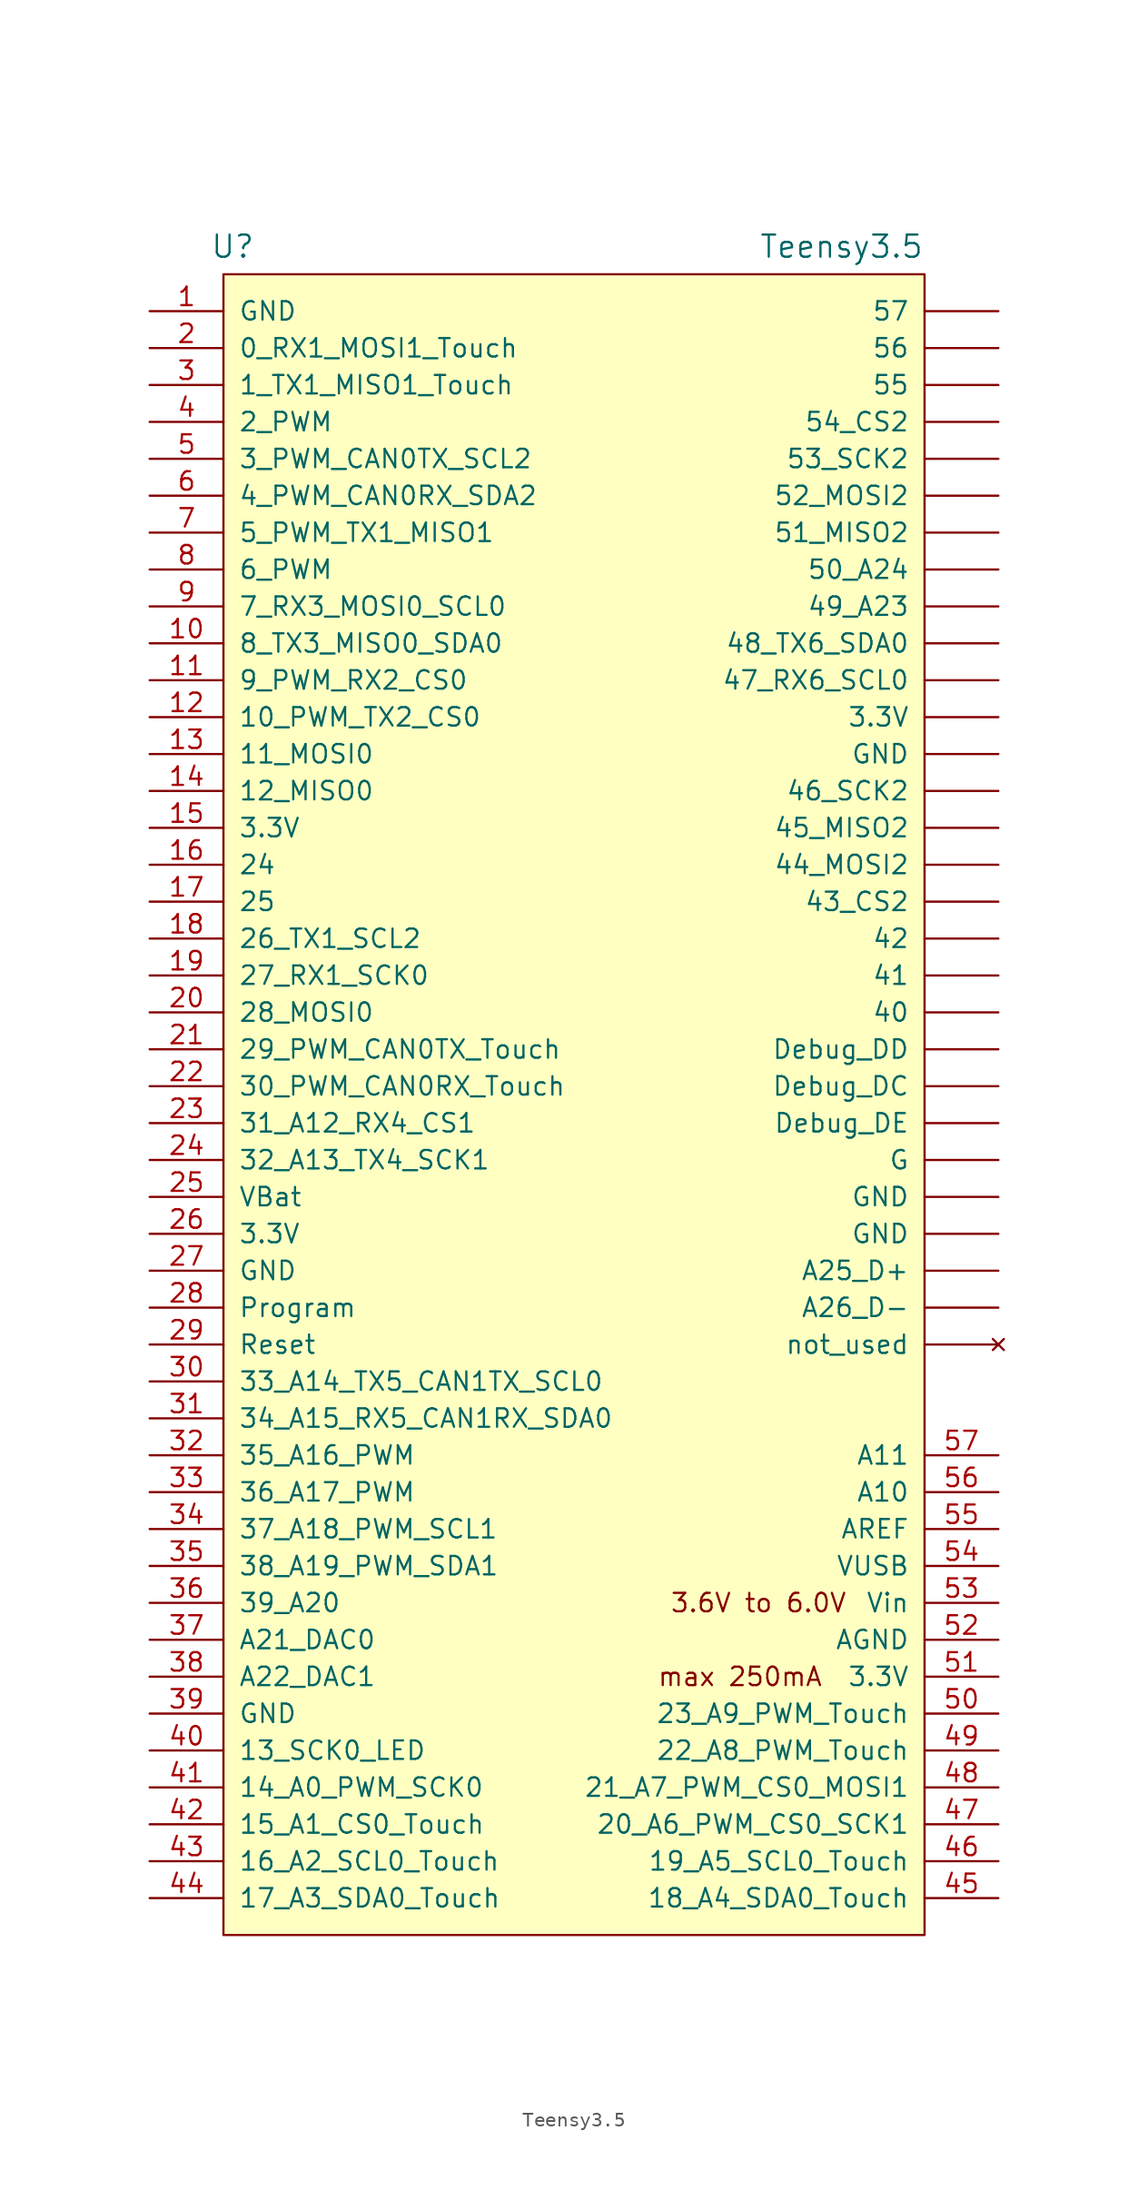
<source format=kicad_sym>
(kicad_symbol_lib
  (version 20231120)
  (generator "kicad_symbol_editor")
  (generator_version "8.0")
  (symbol "Teensy3.5"
    (pin_names
      (offset 1.016))
    (property "Reference" "U"
      (at -23.495 59.055 0)
      (effects (font (size 1.524 1.524))))
    (property "Value" "Teensy3.5"
      (at 18.415 59.055 0)
      (effects (font (size 1.524 1.524))))
    (symbol "Teensy3.5_0_0"
      (text "3.6V to 6.0V" (at 12.7 -34.29 0) (effects (font (size 1.27 1.27))))
      (text "max 250mA" (at 11.43 -39.37 0) (effects (font (size 1.27 1.27)))))
    (symbol "Teensy3.5_0_1"
      (rectangle (start -24.13 57.15) (end 24.13 -57.15) (stroke (width 0) (type default)) (fill (type background))))
    (symbol "Teensy3.5_1_1"
      (pin power_in line (at -29.21 54.61 0) (length 5.08) (name "GND" (effects (font (size 1.27 1.27)))) (number "1" (effects (font (size 1.27 1.27)))))
      (pin bidirectional line (at -29.21 31.75 0) (length 5.08) (name "8_TX3_MISO0_SDA0" (effects (font (size 1.27 1.27)))) (number "10" (effects (font (size 1.27 1.27)))))
      (pin bidirectional line (at -29.21 29.21 0) (length 5.08) (name "9_PWM_RX2_CS0" (effects (font (size 1.27 1.27)))) (number "11" (effects (font (size 1.27 1.27)))))
      (pin bidirectional line (at -29.21 26.67 0) (length 5.08) (name "10_PWM_TX2_CS0" (effects (font (size 1.27 1.27)))) (number "12" (effects (font (size 1.27 1.27)))))
      (pin bidirectional line (at -29.21 24.13 0) (length 5.08) (name "11_MOSI0" (effects (font (size 1.27 1.27)))) (number "13" (effects (font (size 1.27 1.27)))))
      (pin bidirectional line (at -29.21 21.59 0) (length 5.08) (name "12_MISO0" (effects (font (size 1.27 1.27)))) (number "14" (effects (font (size 1.27 1.27)))))
      (pin power_out line (at -29.21 19.05 0) (length 5.08) (name "3.3V" (effects (font (size 1.27 1.27)))) (number "15" (effects (font (size 1.27 1.27)))))
      (pin bidirectional line (at -29.21 16.51 0) (length 5.08) (name "24" (effects (font (size 1.27 1.27)))) (number "16" (effects (font (size 1.27 1.27)))))
      (pin bidirectional line (at -29.21 13.97 0) (length 5.08) (name "25" (effects (font (size 1.27 1.27)))) (number "17" (effects (font (size 1.27 1.27)))))
      (pin bidirectional line (at -29.21 11.43 0) (length 5.08) (name "26_TX1_SCL2" (effects (font (size 1.27 1.27)))) (number "18" (effects (font (size 1.27 1.27)))))
      (pin bidirectional line (at -29.21 8.89 0) (length 5.08) (name "27_RX1_SCK0" (effects (font (size 1.27 1.27)))) (number "19" (effects (font (size 1.27 1.27)))))
      (pin bidirectional line (at -29.21 52.07 0) (length 5.08) (name "0_RX1_MOSI1_Touch" (effects (font (size 1.27 1.27)))) (number "2" (effects (font (size 1.27 1.27)))))
      (pin bidirectional line (at -29.21 6.35 0) (length 5.08) (name "28_MOSI0" (effects (font (size 1.27 1.27)))) (number "20" (effects (font (size 1.27 1.27)))))
      (pin bidirectional line (at -29.21 3.81 0) (length 5.08) (name "29_PWM_CAN0TX_Touch" (effects (font (size 1.27 1.27)))) (number "21" (effects (font (size 1.27 1.27)))))
      (pin bidirectional line (at -29.21 1.27 0) (length 5.08) (name "30_PWM_CAN0RX_Touch" (effects (font (size 1.27 1.27)))) (number "22" (effects (font (size 1.27 1.27)))))
      (pin bidirectional line (at -29.21 -1.27 0) (length 5.08) (name "31_A12_RX4_CS1" (effects (font (size 1.27 1.27)))) (number "23" (effects (font (size 1.27 1.27)))))
      (pin bidirectional line (at -29.21 -3.81 0) (length 5.08) (name "32_A13_TX4_SCK1" (effects (font (size 1.27 1.27)))) (number "24" (effects (font (size 1.27 1.27)))))
      (pin power_in line (at -29.21 -6.35 0) (length 5.08) (name "VBat" (effects (font (size 1.27 1.27)))) (number "25" (effects (font (size 1.27 1.27)))))
      (pin power_in line (at -29.21 -8.89 0) (length 5.08) (name "3.3V" (effects (font (size 1.27 1.27)))) (number "26" (effects (font (size 1.27 1.27)))))
      (pin power_in line (at -29.21 -11.43 0) (length 5.08) (name "GND" (effects (font (size 1.27 1.27)))) (number "27" (effects (font (size 1.27 1.27)))))
      (pin input line (at -29.21 -13.97 0) (length 5.08) (name "Program" (effects (font (size 1.27 1.27)))) (number "28" (effects (font (size 1.27 1.27)))))
      (pin input line (at -29.21 -16.51 0) (length 5.08) (name "Reset" (effects (font (size 1.27 1.27)))) (number "29" (effects (font (size 1.27 1.27)))))
      (pin bidirectional line (at -29.21 49.53 0) (length 5.08) (name "1_TX1_MISO1_Touch" (effects (font (size 1.27 1.27)))) (number "3" (effects (font (size 1.27 1.27)))))
      (pin bidirectional line (at -29.21 -19.05 0) (length 5.08) (name "33_A14_TX5_CAN1TX_SCL0" (effects (font (size 1.27 1.27)))) (number "30" (effects (font (size 1.27 1.27)))))
      (pin bidirectional line (at -29.21 -21.59 0) (length 5.08) (name "34_A15_RX5_CAN1RX_SDA0" (effects (font (size 1.27 1.27)))) (number "31" (effects (font (size 1.27 1.27)))))
      (pin bidirectional line (at -29.21 -24.13 0) (length 5.08) (name "35_A16_PWM" (effects (font (size 1.27 1.27)))) (number "32" (effects (font (size 1.27 1.27)))))
      (pin bidirectional line (at -29.21 -26.67 0) (length 5.08) (name "36_A17_PWM" (effects (font (size 1.27 1.27)))) (number "33" (effects (font (size 1.27 1.27)))))
      (pin bidirectional line (at -29.21 -29.21 0) (length 5.08) (name "37_A18_PWM_SCL1" (effects (font (size 1.27 1.27)))) (number "34" (effects (font (size 1.27 1.27)))))
      (pin bidirectional line (at -29.21 -31.75 0) (length 5.08) (name "38_A19_PWM_SDA1" (effects (font (size 1.27 1.27)))) (number "35" (effects (font (size 1.27 1.27)))))
      (pin bidirectional line (at -29.21 -34.29 0) (length 5.08) (name "39_A20" (effects (font (size 1.27 1.27)))) (number "36" (effects (font (size 1.27 1.27)))))
      (pin bidirectional line (at -29.21 -36.83 0) (length 5.08) (name "A21_DAC0" (effects (font (size 1.27 1.27)))) (number "37" (effects (font (size 1.27 1.27)))))
      (pin bidirectional line (at -29.21 -39.37 0) (length 5.08) (name "A22_DAC1" (effects (font (size 1.27 1.27)))) (number "38" (effects (font (size 1.27 1.27)))))
      (pin power_in line (at -29.21 -41.91 0) (length 5.08) (name "GND" (effects (font (size 1.27 1.27)))) (number "39" (effects (font (size 1.27 1.27)))))
      (pin bidirectional line (at -29.21 46.99 0) (length 5.08) (name "2_PWM" (effects (font (size 1.27 1.27)))) (number "4" (effects (font (size 1.27 1.27)))))
      (pin bidirectional line (at -29.21 -44.45 0) (length 5.08) (name "13_SCK0_LED" (effects (font (size 1.27 1.27)))) (number "40" (effects (font (size 1.27 1.27)))))
      (pin bidirectional line (at -29.21 -46.99 0) (length 5.08) (name "14_A0_PWM_SCK0" (effects (font (size 1.27 1.27)))) (number "41" (effects (font (size 1.27 1.27)))))
      (pin bidirectional line (at -29.21 -49.53 0) (length 5.08) (name "15_A1_CS0_Touch" (effects (font (size 1.27 1.27)))) (number "42" (effects (font (size 1.27 1.27)))))
      (pin bidirectional line (at -29.21 -52.07 0) (length 5.08) (name "16_A2_SCL0_Touch" (effects (font (size 1.27 1.27)))) (number "43" (effects (font (size 1.27 1.27)))))
      (pin bidirectional line (at -29.21 -54.61 0) (length 5.08) (name "17_A3_SDA0_Touch" (effects (font (size 1.27 1.27)))) (number "44" (effects (font (size 1.27 1.27)))))
      (pin bidirectional line (at 29.21 -54.61 180) (length 5.08) (name "18_A4_SDA0_Touch" (effects (font (size 1.27 1.27)))) (number "45" (effects (font (size 1.27 1.27)))))
      (pin bidirectional line (at 29.21 -52.07 180) (length 5.08) (name "19_A5_SCL0_Touch" (effects (font (size 1.27 1.27)))) (number "46" (effects (font (size 1.27 1.27)))))
      (pin bidirectional line (at 29.21 -49.53 180) (length 5.08) (name "20_A6_PWM_CS0_SCK1" (effects (font (size 1.27 1.27)))) (number "47" (effects (font (size 1.27 1.27)))))
      (pin bidirectional line (at 29.21 -46.99 180) (length 5.08) (name "21_A7_PWM_CS0_MOSI1" (effects (font (size 1.27 1.27)))) (number "48" (effects (font (size 1.27 1.27)))))
      (pin bidirectional line (at 29.21 -44.45 180) (length 5.08) (name "22_A8_PWM_Touch" (effects (font (size 1.27 1.27)))) (number "49" (effects (font (size 1.27 1.27)))))
      (pin bidirectional line (at -29.21 44.45 0) (length 5.08) (name "3_PWM_CAN0TX_SCL2" (effects (font (size 1.27 1.27)))) (number "5" (effects (font (size 1.27 1.27)))))
      (pin bidirectional line (at 29.21 -41.91 180) (length 5.08) (name "23_A9_PWM_Touch" (effects (font (size 1.27 1.27)))) (number "50" (effects (font (size 1.27 1.27)))))
      (pin power_out line (at 29.21 -39.37 180) (length 5.08) (name "3.3V" (effects (font (size 1.27 1.27)))) (number "51" (effects (font (size 1.27 1.27)))))
      (pin power_out line (at 29.21 -36.83 180) (length 5.08) (name "AGND" (effects (font (size 1.27 1.27)))) (number "52" (effects (font (size 1.27 1.27)))))
      (pin power_in line (at 29.21 -34.29 180) (length 5.08) (name "Vin" (effects (font (size 1.27 1.27)))) (number "53" (effects (font (size 1.27 1.27)))))
      (pin power_in line (at 29.21 -31.75 180) (length 5.08) (name "VUSB" (effects (font (size 1.27 1.27)))) (number "54" (effects (font (size 1.27 1.27)))))
      (pin input line (at 29.21 -29.21 180) (length 5.08) (name "AREF" (effects (font (size 1.27 1.27)))) (number "55" (effects (font (size 1.27 1.27)))))
      (pin bidirectional line (at 29.21 -26.67 180) (length 5.08) (name "A10" (effects (font (size 1.27 1.27)))) (number "56" (effects (font (size 1.27 1.27)))))
      (pin bidirectional line (at 29.21 -24.13 180) (length 5.08) (name "A11" (effects (font (size 1.27 1.27)))) (number "57" (effects (font (size 1.27 1.27)))))
      (pin bidirectional line (at -29.21 41.91 0) (length 5.08) (name "4_PWM_CAN0RX_SDA2" (effects (font (size 1.27 1.27)))) (number "6" (effects (font (size 1.27 1.27)))))
      (pin bidirectional line (at -29.21 39.37 0) (length 5.08) (name "5_PWM_TX1_MISO1" (effects (font (size 1.27 1.27)))) (number "7" (effects (font (size 1.27 1.27)))))
      (pin bidirectional line (at -29.21 36.83 0) (length 5.08) (name "6_PWM" (effects (font (size 1.27 1.27)))) (number "8" (effects (font (size 1.27 1.27)))))
      (pin bidirectional line (at -29.21 34.29 0) (length 5.08) (name "7_RX3_MOSI0_SCL0" (effects (font (size 1.27 1.27)))) (number "9" (effects (font (size 1.27 1.27)))))
      (pin power_in line (at 29.21 26.67 180) (length 5.08) (name "3.3V" (effects (font (size 1.27 1.27)))) (number "~" (effects (font (size 1.27 1.27)))))
      (pin bidirectional line (at 29.21 6.35 180) (length 5.08) (name "40" (effects (font (size 1.27 1.27)))) (number "~" (effects (font (size 1.27 1.27)))))
      (pin bidirectional line (at 29.21 8.89 180) (length 5.08) (name "41" (effects (font (size 1.27 1.27)))) (number "~" (effects (font (size 1.27 1.27)))))
      (pin bidirectional line (at 29.21 11.43 180) (length 5.08) (name "42" (effects (font (size 1.27 1.27)))) (number "~" (effects (font (size 1.27 1.27)))))
      (pin bidirectional line (at 29.21 13.97 180) (length 5.08) (name "43_CS2" (effects (font (size 1.27 1.27)))) (number "~" (effects (font (size 1.27 1.27)))))
      (pin bidirectional line (at 29.21 16.51 180) (length 5.08) (name "44_MOSI2" (effects (font (size 1.27 1.27)))) (number "~" (effects (font (size 1.27 1.27)))))
      (pin bidirectional line (at 29.21 19.05 180) (length 5.08) (name "45_MISO2" (effects (font (size 1.27 1.27)))) (number "~" (effects (font (size 1.27 1.27)))))
      (pin bidirectional line (at 29.21 21.59 180) (length 5.08) (name "46_SCK2" (effects (font (size 1.27 1.27)))) (number "~" (effects (font (size 1.27 1.27)))))
      (pin bidirectional line (at 29.21 29.21 180) (length 5.08) (name "47_RX6_SCL0" (effects (font (size 1.27 1.27)))) (number "~" (effects (font (size 1.27 1.27)))))
      (pin bidirectional line (at 29.21 31.75 180) (length 5.08) (name "48_TX6_SDA0" (effects (font (size 1.27 1.27)))) (number "~" (effects (font (size 1.27 1.27)))))
      (pin bidirectional line (at 29.21 34.29 180) (length 5.08) (name "49_A23" (effects (font (size 1.27 1.27)))) (number "~" (effects (font (size 1.27 1.27)))))
      (pin bidirectional line (at 29.21 36.83 180) (length 5.08) (name "50_A24" (effects (font (size 1.27 1.27)))) (number "~" (effects (font (size 1.27 1.27)))))
      (pin bidirectional line (at 29.21 39.37 180) (length 5.08) (name "51_MISO2" (effects (font (size 1.27 1.27)))) (number "~" (effects (font (size 1.27 1.27)))))
      (pin bidirectional line (at 29.21 41.91 180) (length 5.08) (name "52_MOSI2" (effects (font (size 1.27 1.27)))) (number "~" (effects (font (size 1.27 1.27)))))
      (pin bidirectional line (at 29.21 44.45 180) (length 5.08) (name "53_SCK2" (effects (font (size 1.27 1.27)))) (number "~" (effects (font (size 1.27 1.27)))))
      (pin bidirectional line (at 29.21 46.99 180) (length 5.08) (name "54_CS2" (effects (font (size 1.27 1.27)))) (number "~" (effects (font (size 1.27 1.27)))))
      (pin bidirectional line (at 29.21 49.53 180) (length 5.08) (name "55" (effects (font (size 1.27 1.27)))) (number "~" (effects (font (size 1.27 1.27)))))
      (pin bidirectional line (at 29.21 52.07 180) (length 5.08) (name "56" (effects (font (size 1.27 1.27)))) (number "~" (effects (font (size 1.27 1.27)))))
      (pin bidirectional line (at 29.21 54.61 180) (length 5.08) (name "57" (effects (font (size 1.27 1.27)))) (number "~" (effects (font (size 1.27 1.27)))))
      (pin bidirectional line (at 29.21 -11.43 180) (length 5.08) (name "A25_D+" (effects (font (size 1.27 1.27)))) (number "~" (effects (font (size 1.27 1.27)))))
      (pin bidirectional line (at 29.21 -13.97 180) (length 5.08) (name "A26_D-" (effects (font (size 1.27 1.27)))) (number "~" (effects (font (size 1.27 1.27)))))
      (pin input line (at 29.21 1.27 180) (length 5.08) (name "Debug_DC" (effects (font (size 1.27 1.27)))) (number "~" (effects (font (size 1.27 1.27)))))
      (pin input line (at 29.21 3.81 180) (length 5.08) (name "Debug_DD" (effects (font (size 1.27 1.27)))) (number "~" (effects (font (size 1.27 1.27)))))
      (pin input line (at 29.21 -1.27 180) (length 5.08) (name "Debug_DE" (effects (font (size 1.27 1.27)))) (number "~" (effects (font (size 1.27 1.27)))))
      (pin power_in line (at 29.21 -3.81 180) (length 5.08) (name "G" (effects (font (size 1.27 1.27)))) (number "~" (effects (font (size 1.27 1.27)))))
      (pin power_in line (at 29.21 -8.89 180) (length 5.08) (name "GND" (effects (font (size 1.27 1.27)))) (number "~" (effects (font (size 1.27 1.27)))))
      (pin power_in line (at 29.21 -6.35 180) (length 5.08) (name "GND" (effects (font (size 1.27 1.27)))) (number "~" (effects (font (size 1.27 1.27)))))
      (pin power_in line (at 29.21 24.13 180) (length 5.08) (name "GND" (effects (font (size 1.27 1.27)))) (number "~" (effects (font (size 1.27 1.27)))))
      (pin no_connect line (at 29.21 -16.51 180) (length 5.08) (name "not_used" (effects (font (size 1.27 1.27)))) (number "~" (effects (font (size 1.27 1.27))))))))
</source>
